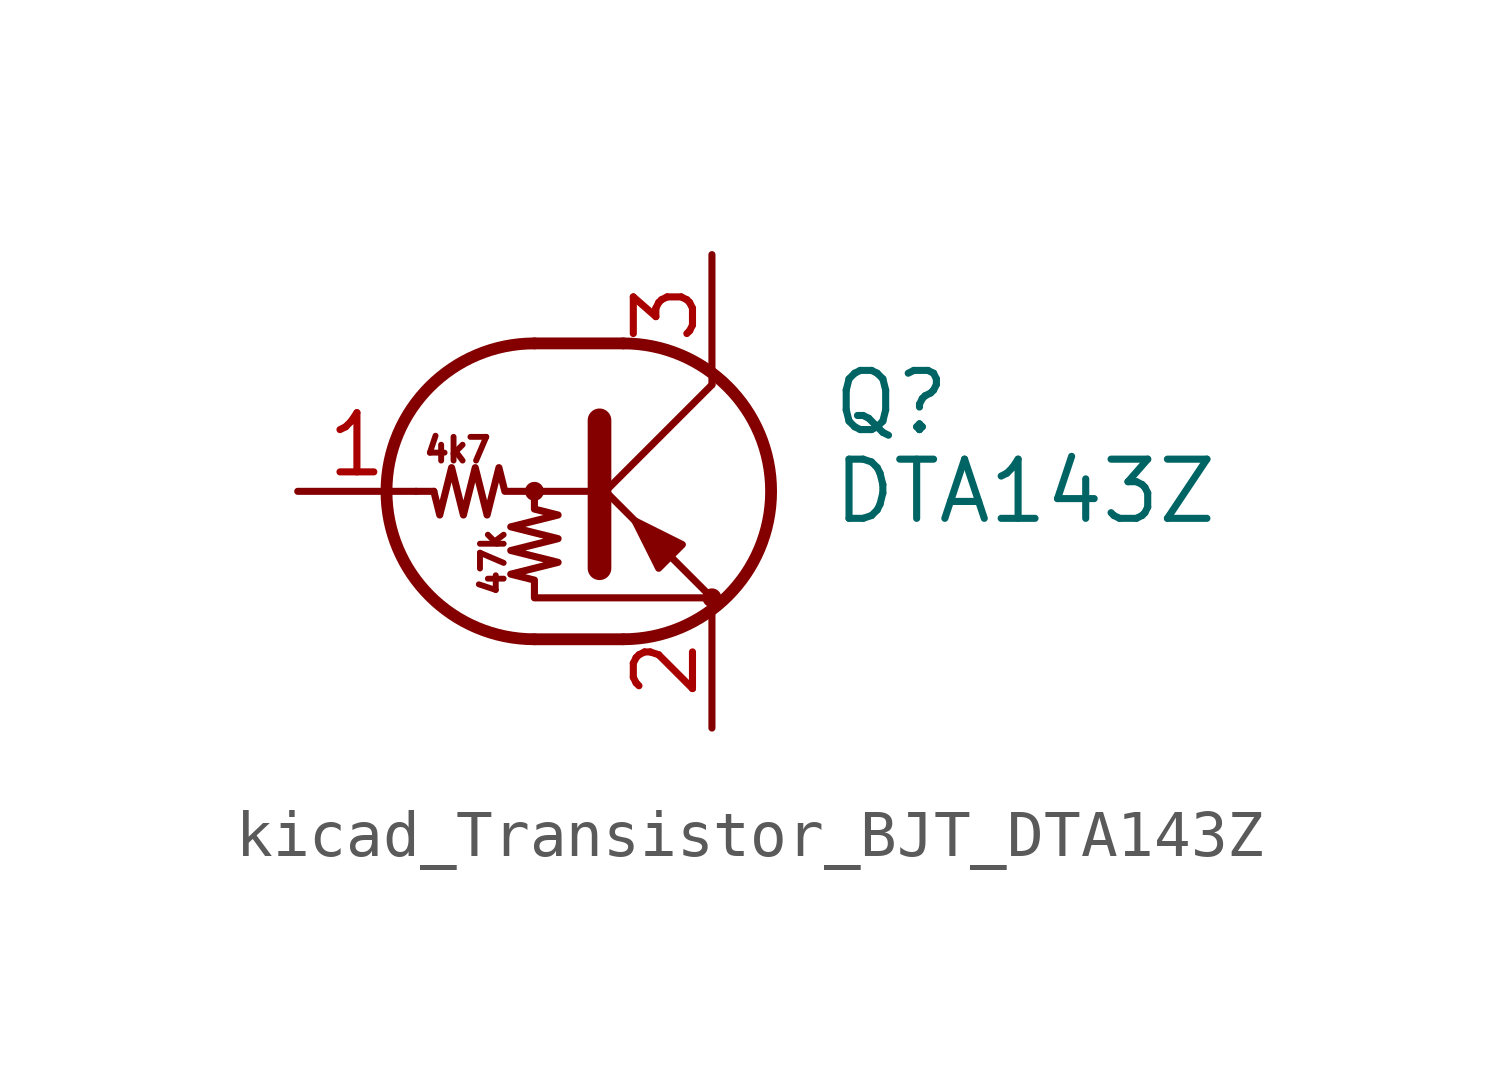
<source format=kicad_sym>
(kicad_symbol_lib
  (version 20220914)
  (generator kicad_symbol_editor)
  (symbol "kicad_Transistor_BJT_DTA143Z"
    (pin_names
      (offset 0) hide)
    (property "Reference" "Q"
      (at 5.08 1.905 0)
      (effects (font (size 1.27 1.27)) (justify left)))
    (property "Value" "DTA143Z"
      (at 5.08 0 0)
      (effects (font (size 1.27 1.27)) (justify left)))
    (symbol "kicad_Transistor_BJT_DTA143Z_0_0"
      (text "47k" (at -2.159 -1.524 900) (effects (font (size 0.508 0.508))))
      (text "4k7" (at -2.921 0.889 0) (effects (font (size 0.508 0.508)))))
    (symbol "kicad_Transistor_BJT_DTA143Z_0_1"
      (circle (center -1.27 0) (radius 0.127) (stroke (width 0) (type default)) (fill (type none)))
      (arc (start -1.27 3.175) (mid -4.4312 0) (end -1.27 -3.175) (stroke (width 0.254) (type default)) (fill (type none)))
      (polyline (pts (xy -3.429 0) (xy -3.81 0)) (stroke (width 0) (type default)) (fill (type none)))
      (polyline (pts (xy -1.27 -3.175) (xy 0.635 -3.175)) (stroke (width 0.254) (type default)) (fill (type none)))
      (polyline (pts (xy -1.27 3.175) (xy 0.635 3.175)) (stroke (width 0.254) (type default)) (fill (type none)))
      (polyline (pts (xy 0 -0.254) (xy 2.54 2.286)) (stroke (width 0) (type default)) (fill (type none)))
      (polyline (pts (xy 0.127 1.524) (xy 0.127 -1.651)) (stroke (width 0.508) (type default)) (fill (type outline)))
      (polyline (pts (xy 2.54 2.286) (xy 2.54 2.54)) (stroke (width 0) (type default)) (fill (type none)))
      (polyline (pts (xy 2.54 -2.286) (xy 0 0.254) (xy 0 0.254)) (stroke (width 0) (type default)) (fill (type none)))
      (polyline (pts (xy 1.397 -1.651) (xy 1.905 -1.143) (xy 0.889 -0.635) (xy 1.397 -1.651)) (stroke (width 0) (type default)) (fill (type outline)))
      (polyline (pts (xy 0 0) (xy -1.905 0) (xy -2.032 0.508) (xy -2.286 -0.508) (xy -2.54 0.508) (xy -2.794 -0.508) (xy -3.048 0.508) (xy -3.302 -0.508) (xy -3.429 0)) (stroke (width 0) (type default)) (fill (type none)))
      (polyline (pts (xy -1.27 0) (xy -1.27 -0.381) (xy -0.762 -0.508) (xy -1.778 -0.762) (xy -0.762 -1.016) (xy -1.778 -1.27) (xy -0.762 -1.524) (xy -1.778 -1.778) (xy -1.27 -1.905) (xy -1.27 -2.286) (xy 2.54 -2.286)) (stroke (width 0) (type default)) (fill (type none)))
      (arc (start 0.635 -3.175) (mid 3.7962 0) (end 0.635 3.175) (stroke (width 0.254) (type default)) (fill (type none)))
      (circle (center 2.54 -2.286) (radius 0.127) (stroke (width 0) (type default)) (fill (type none))))
    (symbol "kicad_Transistor_BJT_DTA143Z_1_1"
      (pin input line (at -6.35 0 0) (length 2.54) (name "B" (effects (font (size 1.27 1.27)))) (number "1" (effects (font (size 1.27 1.27)))))
      (pin passive line (at 2.54 -5.08 90) (length 2.54) (name "E" (effects (font (size 1.27 1.27)))) (number "2" (effects (font (size 1.27 1.27)))))
      (pin passive line (at 2.54 5.08 270) (length 2.54) (name "C" (effects (font (size 1.27 1.27)))) (number "3" (effects (font (size 1.27 1.27))))))))
</source>
